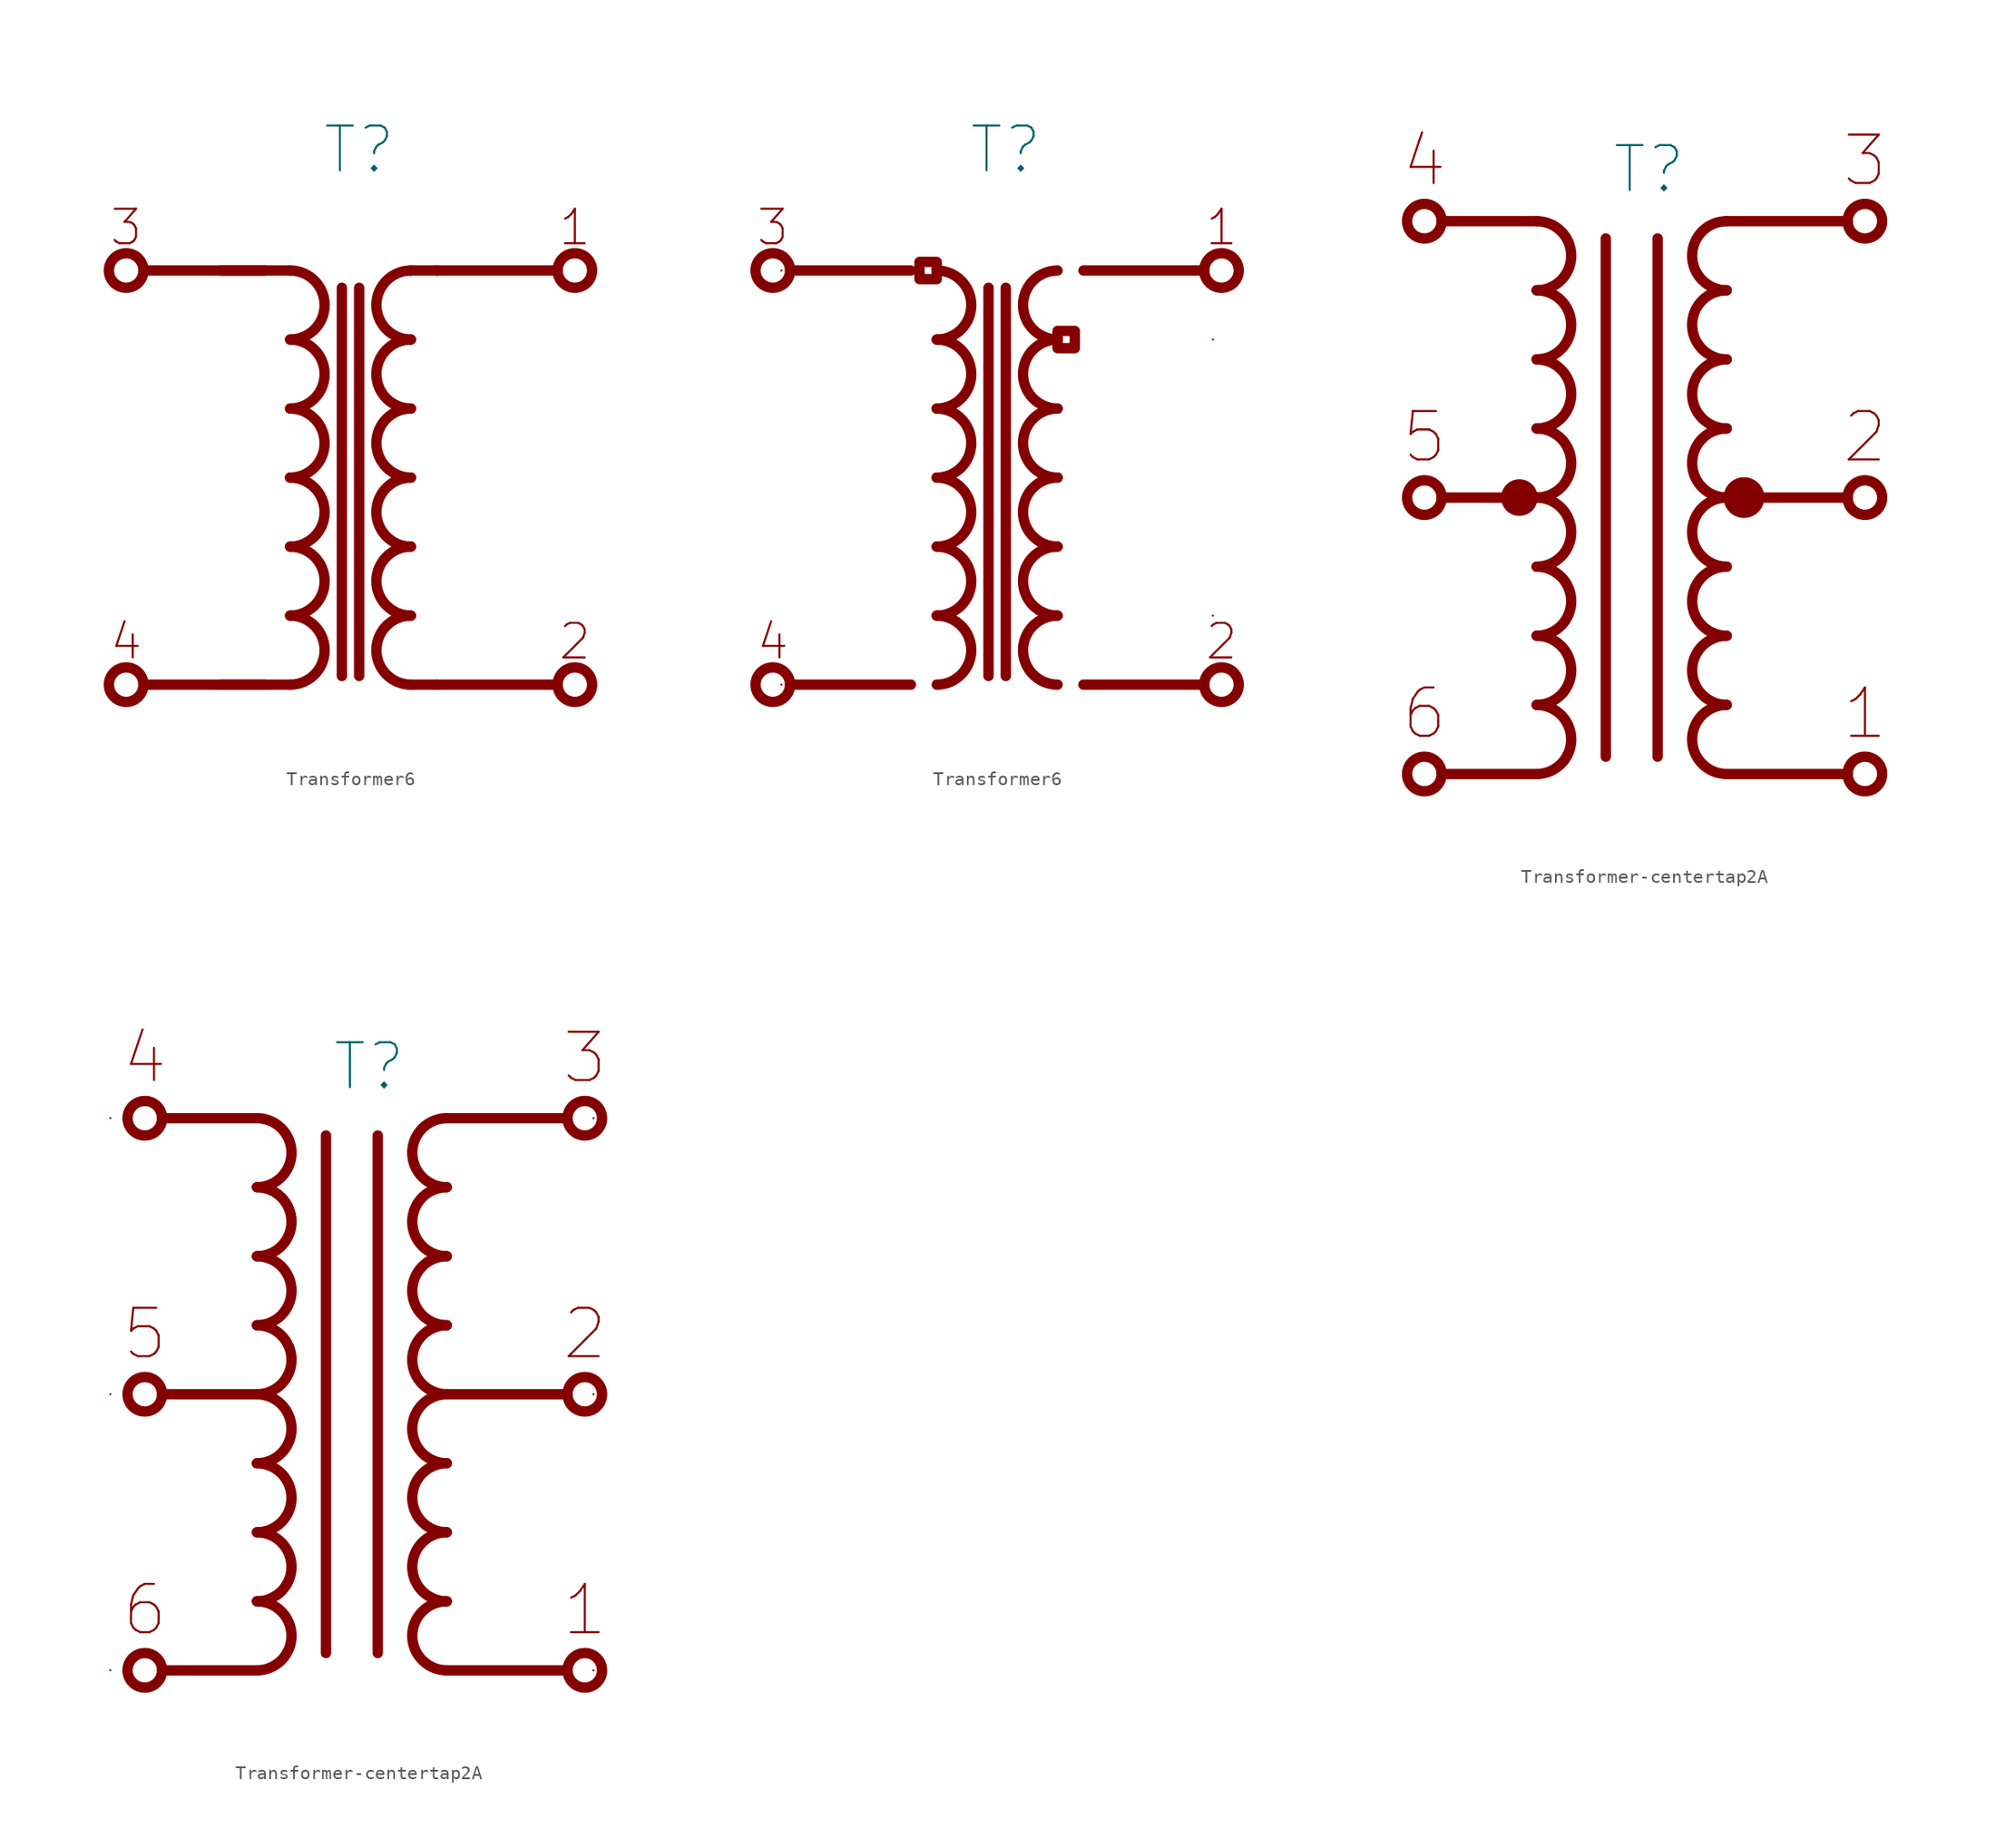
<source format=kicad_sym>
(kicad_symbol_lib
  (version 20211014)
  (generator kicad_symbol_editor)
  (symbol "Transformer6"
    (pin_numbers hide)
    (pin_names
      (offset 0) hide)
    (property "Reference" "T"
      (at 0.635 24.13 0)
      (effects (font (size 3.302 3.302))))
    (symbol "Transformer6_0_0"
      (circle (center -16.51 -15.24) (radius 1.27) (stroke (width 0.762) (type default) (color 0 0 0 0)) (fill (type none)))
      (circle (center -16.51 15.24) (radius 1.27) (stroke (width 0.762) (type default) (color 0 0 0 0)) (fill (type none)))
      (arc (start -4.445 -15.24) (mid -1.905 -12.7) (end -4.445 -10.16) (stroke (width 0.762) (type default) (color 0 0 0 0)) (fill (type none)))
      (arc (start -4.445 -10.16) (mid -1.905 -7.62) (end -4.445 -5.08) (stroke (width 0.762) (type default) (color 0 0 0 0)) (fill (type none)))
      (arc (start -4.445 -5.08) (mid -1.905 -2.54) (end -4.445 0) (stroke (width 0.762) (type default) (color 0 0 0 0)) (fill (type none)))
      (arc (start -4.445 0) (mid -1.905 2.54) (end -4.445 5.08) (stroke (width 0.762) (type default) (color 0 0 0 0)) (fill (type none)))
      (arc (start -4.445 5.08) (mid -1.905 7.62) (end -4.445 10.16) (stroke (width 0.762) (type default) (color 0 0 0 0)) (fill (type none)))
      (arc (start -4.445 10.16) (mid -1.905 12.7) (end -4.445 15.24) (stroke (width 0.762) (type default) (color 0 0 0 0)) (fill (type none)))
      (polyline (pts (xy -6.35 -15.24) (xy -15.24 -15.24)) (stroke (width 0.762) (type default) (color 0 0 0 0)) (fill (type none)))
      (polyline (pts (xy -6.35 15.24) (xy -15.24 15.24)) (stroke (width 0.762) (type default) (color 0 0 0 0)) (fill (type none)))
      (polyline (pts (xy -0.635 13.97) (xy -0.635 -14.605)) (stroke (width 0.762) (type default) (color 0 0 0 0)) (fill (type none)))
      (polyline (pts (xy 6.35 -15.24) (xy 15.24 -15.24)) (stroke (width 0.762) (type default) (color 0 0 0 0)) (fill (type none)))
      (polyline (pts (xy 15.24 15.24) (xy 6.35 15.24)) (stroke (width 0.762) (type default) (color 0 0 0 0)) (fill (type none)))
      (circle (center 16.51 -15.24) (radius 1.27) (stroke (width 0.762) (type default) (color 0 0 0 0)) (fill (type none)))
      (circle (center 16.51 15.24) (radius 1.27) (stroke (width 0.762) (type default) (color 0 0 0 0)) (fill (type none)))
      (text "1" (at 16.51 18.415 0) (effects (font (size 2.54 2.54))))
      (text "2" (at 16.51 -12.065 0) (effects (font (size 2.54 2.54))))
      (text "3" (at -16.51 18.415 0) (effects (font (size 2.54 2.54))))
      (text "4" (at -16.51 -12.065 0) (effects (font (size 2.54 2.54)))))
    (symbol "Transformer6_0_1"
      (polyline (pts (xy -9.525 -15.24) (xy -4.445 -15.24)) (stroke (width 0.762) (type default) (color 0 0 0 0)) (fill (type none)))
      (polyline (pts (xy -9.525 15.24) (xy -4.445 15.24)) (stroke (width 0.762) (type default) (color 0 0 0 0)) (fill (type none)))
      (polyline (pts (xy 4.445 -15.24) (xy 6.35 -15.24)) (stroke (width 0.762) (type default) (color 0 0 0 0)) (fill (type none)))
      (polyline (pts (xy 4.445 15.24) (xy 6.35 15.24)) (stroke (width 0.762) (type default) (color 0 0 0 0)) (fill (type none))))
    (symbol "Transformer6_0_2"
      (polyline (pts (xy -4.445 15.875) (xy -4.445 14.605) (xy -5.715 14.605) (xy -5.715 15.875) (xy -4.445 15.875)) (stroke (width 0.762) (type default) (color 0 0 0 0)) (fill (type none)))
      (polyline (pts (xy 4.445 10.795) (xy 4.445 9.525) (xy 5.715 9.525) (xy 5.715 10.795) (xy 4.445 10.795)) (stroke (width 0.762) (type default) (color 0 0 0 0)) (fill (type none))))
    (symbol "Transformer6_1_0"
      (polyline (pts (xy 0.635 -14.605) (xy 0.635 13.97)) (stroke (width 0.762) (type default) (color 0 0 0 0)) (fill (type none)))
      (arc (start 4.445 -10.16) (mid 1.905 -12.7) (end 4.445 -15.24) (stroke (width 0.762) (type default) (color 0 0 0 0)) (fill (type none)))
      (arc (start 4.445 -5.08) (mid 1.905 -7.62) (end 4.445 -10.16) (stroke (width 0.762) (type default) (color 0 0 0 0)) (fill (type none)))
      (arc (start 4.445 0) (mid 1.905 -2.54) (end 4.445 -5.08) (stroke (width 0.762) (type default) (color 0 0 0 0)) (fill (type none)))
      (arc (start 4.445 5.08) (mid 1.905 2.54) (end 4.445 0) (stroke (width 0.762) (type default) (color 0 0 0 0)) (fill (type none)))
      (arc (start 4.445 10.16) (mid 1.905 7.62) (end 4.445 5.08) (stroke (width 0.762) (type default) (color 0 0 0 0)) (fill (type none)))
      (arc (start 4.445 15.24) (mid 1.905 12.7) (end 4.445 10.16) (stroke (width 0.762) (type default) (color 0 0 0 0)) (fill (type none)))
      (pin passive line (at -17.78 15.24 0) (length 0) (name "3" (effects (font (size 3.556 3.556)))) (number "3" (effects (font (size 3.556 3.556))))))
    (symbol "Transformer6_1_1"
      (pin passive line (at 17.78 15.24 180) (length 0) (name "1" (effects (font (size 1.27 1.27)))) (number "1" (effects (font (size 1.27 1.27)))))
      (pin passive line (at 17.78 -15.24 180) (length 0) (name "2" (effects (font (size 3.556 3.556)))) (number "2" (effects (font (size 3.556 3.556)))))
      (pin passive line (at -17.78 -15.24 0) (length 0) (name "4" (effects (font (size 1.27 1.27)))) (number "4" (effects (font (size 1.27 1.27))))))
    (symbol "Transformer6_1_2"
      (pin passive line (at 15.875 10.16 180) (length 0) (name "1" (effects (font (size 1.27 1.27)))) (number "1" (effects (font (size 1.27 1.27)))))
      (pin passive line (at 15.875 -10.16 180) (length 0) (name "2" (effects (font (size 3.556 3.556)))) (number "2" (effects (font (size 3.556 3.556)))))
      (pin passive line (at -15.875 15.24 0) (length 0) (name "3" (effects (font (size 3.556 3.556)))) (number "3" (effects (font (size 3.556 3.556)))))
      (pin passive line (at -15.875 -15.24 0) (length 0) (name "4" (effects (font (size 1.27 1.27)))) (number "4" (effects (font (size 1.27 1.27)))))))
  (symbol "Transformer-centertap2A"
    (pin_numbers hide)
    (pin_names
      (offset 0) hide)
    (property "Reference" "T"
      (at 1.27 24.13 0)
      (effects (font (size 3.302 3.302))))
    (symbol "Transformer-centertap2A_0_0"
      (circle (center -15.24 -20.32) (radius 1.27) (stroke (width 0.762) (type default) (color 0 0 0 0)) (fill (type none)))
      (circle (center -15.24 0) (radius 1.27) (stroke (width 0.762) (type default) (color 0 0 0 0)) (fill (type none)))
      (circle (center -15.24 20.32) (radius 1.27) (stroke (width 0.762) (type default) (color 0 0 0 0)) (fill (type none)))
      (arc (start -6.985 -20.32) (mid -4.445 -17.78) (end -6.985 -15.24) (stroke (width 0.762) (type default) (color 0 0 0 0)) (fill (type none)))
      (arc (start -6.985 -15.24) (mid -4.445 -12.7) (end -6.985 -10.16) (stroke (width 0.762) (type default) (color 0 0 0 0)) (fill (type none)))
      (arc (start -6.985 -10.16) (mid -4.445 -7.62) (end -6.985 -5.08) (stroke (width 0.762) (type default) (color 0 0 0 0)) (fill (type none)))
      (arc (start -6.985 -5.08) (mid -4.445 -2.54) (end -6.985 0) (stroke (width 0.762) (type default) (color 0 0 0 0)) (fill (type none)))
      (arc (start -6.985 0) (mid -4.445 2.54) (end -6.985 5.08) (stroke (width 0.762) (type default) (color 0 0 0 0)) (fill (type none)))
      (arc (start -6.985 5.08) (mid -4.445 7.62) (end -6.985 10.16) (stroke (width 0.762) (type default) (color 0 0 0 0)) (fill (type none)))
      (arc (start -6.985 10.16) (mid -4.445 12.7) (end -6.985 15.24) (stroke (width 0.762) (type default) (color 0 0 0 0)) (fill (type none)))
      (arc (start -6.985 15.24) (mid -4.445 17.78) (end -6.985 20.32) (stroke (width 0.762) (type default) (color 0 0 0 0)) (fill (type none)))
      (polyline (pts (xy -6.985 -20.32) (xy -13.97 -20.32)) (stroke (width 0.762) (type default) (color 0 0 0 0)) (fill (type none)))
      (polyline (pts (xy -6.985 0) (xy -13.97 0)) (stroke (width 0.762) (type default) (color 0 0 0 0)) (fill (type none)))
      (polyline (pts (xy -6.985 20.32) (xy -13.97 20.32)) (stroke (width 0.762) (type default) (color 0 0 0 0)) (fill (type none)))
      (polyline (pts (xy -1.905 19.05) (xy -1.905 -19.05)) (stroke (width 0.762) (type default) (color 0 0 0 0)) (fill (type none)))
      (polyline (pts (xy 6.985 20.32) (xy 15.875 20.32)) (stroke (width 0.762) (type default) (color 0 0 0 0)) (fill (type none)))
      (polyline (pts (xy 15.875 -20.32) (xy 6.985 -20.32)) (stroke (width 0.762) (type default) (color 0 0 0 0)) (fill (type none)))
      (polyline (pts (xy 15.875 0) (xy 6.985 0)) (stroke (width 0.762) (type default) (color 0 0 0 0)) (fill (type none)))
      (circle (center 17.145 -20.32) (radius 1.27) (stroke (width 0.762) (type default) (color 0 0 0 0)) (fill (type none)))
      (circle (center 17.145 0) (radius 1.27) (stroke (width 0.762) (type default) (color 0 0 0 0)) (fill (type none)))
      (circle (center 17.145 20.32) (radius 1.27) (stroke (width 0.762) (type default) (color 0 0 0 0)) (fill (type none)))
      (text "1" (at 17.145 -15.875 0) (effects (font (size 3.556 3.556))))
      (text "2" (at 17.145 4.445 0) (effects (font (size 3.556 3.556))))
      (text "3" (at 17.145 24.765 0) (effects (font (size 3.556 3.556))))
      (text "4" (at -15.24 24.765 0) (effects (font (size 3.556 3.556))))
      (text "5" (at -15.24 4.445 0) (effects (font (size 3.556 3.556))))
      (text "6" (at -15.24 -15.875 0) (effects (font (size 3.556 3.556)))))
    (symbol "Transformer-centertap2A_0_1"
      (circle (center -8.255 0) (radius 1.27) (stroke (width 0) (type default) (color 0 0 0 0)) (fill (type outline)))
      (circle (center 8.255 0) (radius 1.422) (stroke (width 0) (type default) (color 0 0 0 0)) (fill (type outline))))
    (symbol "Transformer-centertap2A_1_0"
      (polyline (pts (xy 1.905 -19.05) (xy 1.905 19.05)) (stroke (width 0.762) (type default) (color 0 0 0 0)) (fill (type none)))
      (arc (start 6.985 -15.24) (mid 4.445 -17.78) (end 6.985 -20.32) (stroke (width 0.762) (type default) (color 0 0 0 0)) (fill (type none)))
      (arc (start 6.985 -10.16) (mid 4.445 -12.7) (end 6.985 -15.24) (stroke (width 0.762) (type default) (color 0 0 0 0)) (fill (type none)))
      (arc (start 6.985 -5.08) (mid 4.445 -7.62) (end 6.985 -10.16) (stroke (width 0.762) (type default) (color 0 0 0 0)) (fill (type none)))
      (arc (start 6.985 0) (mid 4.445 -2.54) (end 6.985 -5.08) (stroke (width 0.762) (type default) (color 0 0 0 0)) (fill (type none)))
      (arc (start 6.985 5.08) (mid 4.445 2.54) (end 6.985 0) (stroke (width 0.762) (type default) (color 0 0 0 0)) (fill (type none)))
      (arc (start 6.985 10.16) (mid 4.445 7.62) (end 6.985 5.08) (stroke (width 0.762) (type default) (color 0 0 0 0)) (fill (type none)))
      (arc (start 6.985 15.24) (mid 4.445 12.7) (end 6.985 10.16) (stroke (width 0.762) (type default) (color 0 0 0 0)) (fill (type none)))
      (arc (start 6.985 20.32) (mid 4.445 17.78) (end 6.985 15.24) (stroke (width 0.762) (type default) (color 0 0 0 0)) (fill (type none))))
    (symbol "Transformer-centertap2A_1_1"
      (pin passive line (at 18.415 20.32 180) (length 0) (name "1" (effects (font (size 3.556 3.556)))) (number "1" (effects (font (size 3.556 3.556)))))
      (pin passive line (at 18.415 0 180) (length 0) (name "2" (effects (font (size 1.27 1.27)))) (number "2" (effects (font (size 1.27 1.27)))))
      (pin passive line (at 18.415 -20.32 180) (length 0) (name "3" (effects (font (size 1.27 1.27)))) (number "3" (effects (font (size 1.27 1.27)))))
      (pin passive line (at -16.51 20.32 0) (length 0) (name "4" (effects (font (size 3.556 3.556)))) (number "4" (effects (font (size 3.556 3.556)))))
      (pin passive line (at -16.51 0 0) (length 0) (name "5" (effects (font (size 1.27 1.27)))) (number "5" (effects (font (size 1.27 1.27)))))
      (pin passive line (at -16.51 -20.32 0) (length 0) (name "6" (effects (font (size 1.27 1.27)))) (number "6" (effects (font (size 1.27 1.27))))))
    (symbol "Transformer-centertap2A_1_2"
      (pin passive line (at 17.78 20.32 180) (length 0) (name "1" (effects (font (size 3.556 3.556)))) (number "1" (effects (font (size 3.556 3.556)))))
      (pin passive line (at 17.78 0 180) (length 0) (name "2" (effects (font (size 1.27 1.27)))) (number "2" (effects (font (size 1.27 1.27)))))
      (pin passive line (at 17.78 -20.32 180) (length 0) (name "3" (effects (font (size 1.27 1.27)))) (number "3" (effects (font (size 1.27 1.27)))))
      (pin passive line (at -17.78 20.32 0) (length 0) (name "4" (effects (font (size 3.556 3.556)))) (number "4" (effects (font (size 3.556 3.556)))))
      (pin passive line (at -17.78 0 0) (length 0) (name "5" (effects (font (size 1.27 1.27)))) (number "5" (effects (font (size 1.27 1.27)))))
      (pin passive line (at -17.78 -20.32 0) (length 0) (name "6" (effects (font (size 1.27 1.27)))) (number "6" (effects (font (size 1.27 1.27))))))))
</source>
